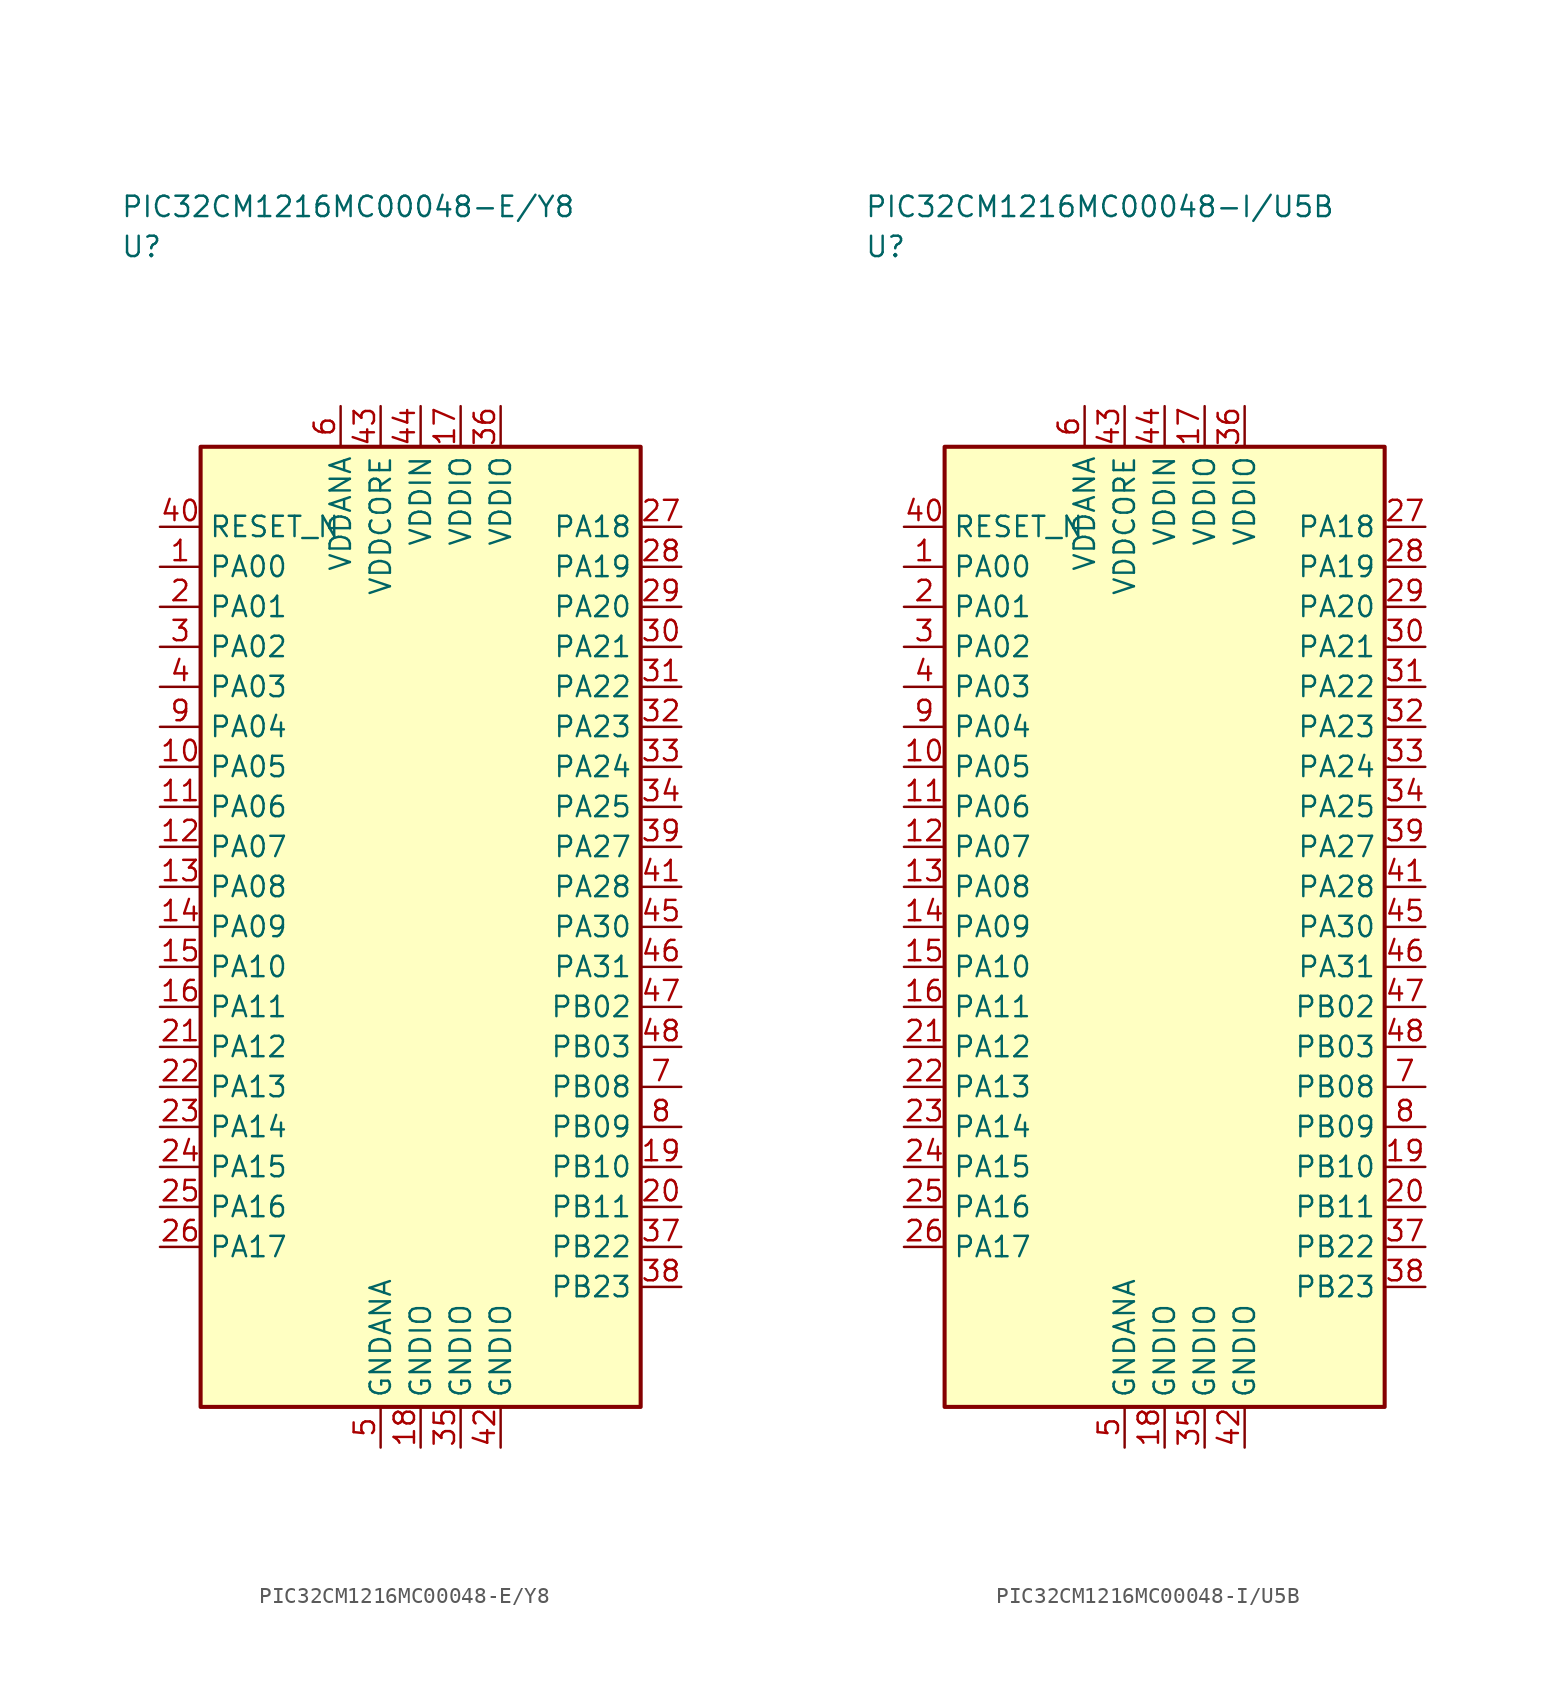
<source format=kicad_sym>
(kicad_symbol_lib
  (version 20241025)
  (generator "kicad_symbol_editor")
  (generator_version "8.0")
  (symbol "PIC32CM1216MC00048-E/Y8"
    (property "Reference" "U"
      (at -18.75 42.5 0)
      (effects (font (size 1.27 1.27)) (justify left)))
    (property "Value" "PIC32CM1216MC00048-E/Y8"
      (at -18.75 45.0 0)
      (effects (font (size 1.27 1.27)) (justify left)))
    (symbol "PIC32CM1216MC00048-E/Y8_0_1"
      (rectangle (start -13.75 30.0) (end 13.75 -30.0) (stroke (width 0.254) (type default)) (fill (type background))))
    (symbol "PIC32CM1216MC00048-E/Y8_1_1"
      (pin bidirectional line (at -16.29 22.5 0.0) (length 2.54) (name "PA00" (effects (font (size 1.27 1.27)))) (number "1" (effects (font (size 1.27 1.27)))))
      (pin bidirectional line (at -16.29 20.0 0.0) (length 2.54) (name "PA01" (effects (font (size 1.27 1.27)))) (number "2" (effects (font (size 1.27 1.27)))))
      (pin bidirectional line (at -16.29 17.5 0.0) (length 2.54) (name "PA02" (effects (font (size 1.27 1.27)))) (number "3" (effects (font (size 1.27 1.27)))))
      (pin bidirectional line (at -16.29 15.0 0.0) (length 2.54) (name "PA03" (effects (font (size 1.27 1.27)))) (number "4" (effects (font (size 1.27 1.27)))))
      (pin passive line (at -2.5 -32.54 90.0) (length 2.54) (name "GNDANA" (effects (font (size 1.27 1.27)))) (number "5" (effects (font (size 1.27 1.27)))))
      (pin power_in line (at -5.0 32.54 270.0) (length 2.54) (name "VDDANA" (effects (font (size 1.27 1.27)))) (number "6" (effects (font (size 1.27 1.27)))))
      (pin bidirectional line (at 16.29 -10.0 180.0) (length 2.54) (name "PB08" (effects (font (size 1.27 1.27)))) (number "7" (effects (font (size 1.27 1.27)))))
      (pin bidirectional line (at 16.29 -12.5 180.0) (length 2.54) (name "PB09" (effects (font (size 1.27 1.27)))) (number "8" (effects (font (size 1.27 1.27)))))
      (pin bidirectional line (at -16.29 12.5 0.0) (length 2.54) (name "PA04" (effects (font (size 1.27 1.27)))) (number "9" (effects (font (size 1.27 1.27)))))
      (pin bidirectional line (at -16.29 10.0 0.0) (length 2.54) (name "PA05" (effects (font (size 1.27 1.27)))) (number "10" (effects (font (size 1.27 1.27)))))
      (pin bidirectional line (at -16.29 7.5 0.0) (length 2.54) (name "PA06" (effects (font (size 1.27 1.27)))) (number "11" (effects (font (size 1.27 1.27)))))
      (pin bidirectional line (at -16.29 5.0 0.0) (length 2.54) (name "PA07" (effects (font (size 1.27 1.27)))) (number "12" (effects (font (size 1.27 1.27)))))
      (pin bidirectional line (at -16.29 2.5 0.0) (length 2.54) (name "PA08" (effects (font (size 1.27 1.27)))) (number "13" (effects (font (size 1.27 1.27)))))
      (pin bidirectional line (at -16.29 0.0 0.0) (length 2.54) (name "PA09" (effects (font (size 1.27 1.27)))) (number "14" (effects (font (size 1.27 1.27)))))
      (pin bidirectional line (at -16.29 -2.5 0.0) (length 2.54) (name "PA10" (effects (font (size 1.27 1.27)))) (number "15" (effects (font (size 1.27 1.27)))))
      (pin bidirectional line (at -16.29 -5.0 0.0) (length 2.54) (name "PA11" (effects (font (size 1.27 1.27)))) (number "16" (effects (font (size 1.27 1.27)))))
      (pin power_in line (at 2.5 32.54 270.0) (length 2.54) (name "VDDIO" (effects (font (size 1.27 1.27)))) (number "17" (effects (font (size 1.27 1.27)))))
      (pin passive line (at 0.0 -32.54 90.0) (length 2.54) (name "GNDIO" (effects (font (size 1.27 1.27)))) (number "18" (effects (font (size 1.27 1.27)))))
      (pin bidirectional line (at 16.29 -15.0 180.0) (length 2.54) (name "PB10" (effects (font (size 1.27 1.27)))) (number "19" (effects (font (size 1.27 1.27)))))
      (pin bidirectional line (at 16.29 -17.5 180.0) (length 2.54) (name "PB11" (effects (font (size 1.27 1.27)))) (number "20" (effects (font (size 1.27 1.27)))))
      (pin bidirectional line (at -16.29 -7.5 0.0) (length 2.54) (name "PA12" (effects (font (size 1.27 1.27)))) (number "21" (effects (font (size 1.27 1.27)))))
      (pin bidirectional line (at -16.29 -10.0 0.0) (length 2.54) (name "PA13" (effects (font (size 1.27 1.27)))) (number "22" (effects (font (size 1.27 1.27)))))
      (pin bidirectional line (at -16.29 -12.5 0.0) (length 2.54) (name "PA14" (effects (font (size 1.27 1.27)))) (number "23" (effects (font (size 1.27 1.27)))))
      (pin bidirectional line (at -16.29 -15.0 0.0) (length 2.54) (name "PA15" (effects (font (size 1.27 1.27)))) (number "24" (effects (font (size 1.27 1.27)))))
      (pin bidirectional line (at -16.29 -17.5 0.0) (length 2.54) (name "PA16" (effects (font (size 1.27 1.27)))) (number "25" (effects (font (size 1.27 1.27)))))
      (pin bidirectional line (at -16.29 -20.0 0.0) (length 2.54) (name "PA17" (effects (font (size 1.27 1.27)))) (number "26" (effects (font (size 1.27 1.27)))))
      (pin bidirectional line (at 16.29 25.0 180.0) (length 2.54) (name "PA18" (effects (font (size 1.27 1.27)))) (number "27" (effects (font (size 1.27 1.27)))))
      (pin bidirectional line (at 16.29 22.5 180.0) (length 2.54) (name "PA19" (effects (font (size 1.27 1.27)))) (number "28" (effects (font (size 1.27 1.27)))))
      (pin bidirectional line (at 16.29 20.0 180.0) (length 2.54) (name "PA20" (effects (font (size 1.27 1.27)))) (number "29" (effects (font (size 1.27 1.27)))))
      (pin bidirectional line (at 16.29 17.5 180.0) (length 2.54) (name "PA21" (effects (font (size 1.27 1.27)))) (number "30" (effects (font (size 1.27 1.27)))))
      (pin bidirectional line (at 16.29 15.0 180.0) (length 2.54) (name "PA22" (effects (font (size 1.27 1.27)))) (number "31" (effects (font (size 1.27 1.27)))))
      (pin bidirectional line (at 16.29 12.5 180.0) (length 2.54) (name "PA23" (effects (font (size 1.27 1.27)))) (number "32" (effects (font (size 1.27 1.27)))))
      (pin bidirectional line (at 16.29 10.0 180.0) (length 2.54) (name "PA24" (effects (font (size 1.27 1.27)))) (number "33" (effects (font (size 1.27 1.27)))))
      (pin bidirectional line (at 16.29 7.5 180.0) (length 2.54) (name "PA25" (effects (font (size 1.27 1.27)))) (number "34" (effects (font (size 1.27 1.27)))))
      (pin passive line (at 2.5 -32.54 90.0) (length 2.54) (name "GNDIO" (effects (font (size 1.27 1.27)))) (number "35" (effects (font (size 1.27 1.27)))))
      (pin power_in line (at 5.0 32.54 270.0) (length 2.54) (name "VDDIO" (effects (font (size 1.27 1.27)))) (number "36" (effects (font (size 1.27 1.27)))))
      (pin bidirectional line (at 16.29 -20.0 180.0) (length 2.54) (name "PB22" (effects (font (size 1.27 1.27)))) (number "37" (effects (font (size 1.27 1.27)))))
      (pin bidirectional line (at 16.29 -22.5 180.0) (length 2.54) (name "PB23" (effects (font (size 1.27 1.27)))) (number "38" (effects (font (size 1.27 1.27)))))
      (pin bidirectional line (at 16.29 5.0 180.0) (length 2.54) (name "PA27" (effects (font (size 1.27 1.27)))) (number "39" (effects (font (size 1.27 1.27)))))
      (pin input line (at -16.29 25.0 0.0) (length 2.54) (name "RESET_N" (effects (font (size 1.27 1.27)))) (number "40" (effects (font (size 1.27 1.27)))))
      (pin bidirectional line (at 16.29 2.5 180.0) (length 2.54) (name "PA28" (effects (font (size 1.27 1.27)))) (number "41" (effects (font (size 1.27 1.27)))))
      (pin passive line (at 5.0 -32.54 90.0) (length 2.54) (name "GNDIO" (effects (font (size 1.27 1.27)))) (number "42" (effects (font (size 1.27 1.27)))))
      (pin power_in line (at -2.5 32.54 270.0) (length 2.54) (name "VDDCORE" (effects (font (size 1.27 1.27)))) (number "43" (effects (font (size 1.27 1.27)))))
      (pin power_in line (at 0.0 32.54 270.0) (length 2.54) (name "VDDIN" (effects (font (size 1.27 1.27)))) (number "44" (effects (font (size 1.27 1.27)))))
      (pin bidirectional line (at 16.29 0.0 180.0) (length 2.54) (name "PA30" (effects (font (size 1.27 1.27)))) (number "45" (effects (font (size 1.27 1.27)))))
      (pin bidirectional line (at 16.29 -2.5 180.0) (length 2.54) (name "PA31" (effects (font (size 1.27 1.27)))) (number "46" (effects (font (size 1.27 1.27)))))
      (pin bidirectional line (at 16.29 -5.0 180.0) (length 2.54) (name "PB02" (effects (font (size 1.27 1.27)))) (number "47" (effects (font (size 1.27 1.27)))))
      (pin bidirectional line (at 16.29 -7.5 180.0) (length 2.54) (name "PB03" (effects (font (size 1.27 1.27)))) (number "48" (effects (font (size 1.27 1.27)))))))
  (symbol "PIC32CM1216MC00048-I/U5B"
    (property "Reference" "U"
      (at -18.75 42.5 0)
      (effects (font (size 1.27 1.27)) (justify left)))
    (property "Value" "PIC32CM1216MC00048-I/U5B"
      (at -18.75 45.0 0)
      (effects (font (size 1.27 1.27)) (justify left)))
    (symbol "PIC32CM1216MC00048-I/U5B_0_1"
      (rectangle (start -13.75 30.0) (end 13.75 -30.0) (stroke (width 0.254) (type default)) (fill (type background))))
    (symbol "PIC32CM1216MC00048-I/U5B_1_1"
      (pin bidirectional line (at -16.29 22.5 0.0) (length 2.54) (name "PA00" (effects (font (size 1.27 1.27)))) (number "1" (effects (font (size 1.27 1.27)))))
      (pin bidirectional line (at -16.29 20.0 0.0) (length 2.54) (name "PA01" (effects (font (size 1.27 1.27)))) (number "2" (effects (font (size 1.27 1.27)))))
      (pin bidirectional line (at -16.29 17.5 0.0) (length 2.54) (name "PA02" (effects (font (size 1.27 1.27)))) (number "3" (effects (font (size 1.27 1.27)))))
      (pin bidirectional line (at -16.29 15.0 0.0) (length 2.54) (name "PA03" (effects (font (size 1.27 1.27)))) (number "4" (effects (font (size 1.27 1.27)))))
      (pin passive line (at -2.5 -32.54 90.0) (length 2.54) (name "GNDANA" (effects (font (size 1.27 1.27)))) (number "5" (effects (font (size 1.27 1.27)))))
      (pin power_in line (at -5.0 32.54 270.0) (length 2.54) (name "VDDANA" (effects (font (size 1.27 1.27)))) (number "6" (effects (font (size 1.27 1.27)))))
      (pin bidirectional line (at 16.29 -10.0 180.0) (length 2.54) (name "PB08" (effects (font (size 1.27 1.27)))) (number "7" (effects (font (size 1.27 1.27)))))
      (pin bidirectional line (at 16.29 -12.5 180.0) (length 2.54) (name "PB09" (effects (font (size 1.27 1.27)))) (number "8" (effects (font (size 1.27 1.27)))))
      (pin bidirectional line (at -16.29 12.5 0.0) (length 2.54) (name "PA04" (effects (font (size 1.27 1.27)))) (number "9" (effects (font (size 1.27 1.27)))))
      (pin bidirectional line (at -16.29 10.0 0.0) (length 2.54) (name "PA05" (effects (font (size 1.27 1.27)))) (number "10" (effects (font (size 1.27 1.27)))))
      (pin bidirectional line (at -16.29 7.5 0.0) (length 2.54) (name "PA06" (effects (font (size 1.27 1.27)))) (number "11" (effects (font (size 1.27 1.27)))))
      (pin bidirectional line (at -16.29 5.0 0.0) (length 2.54) (name "PA07" (effects (font (size 1.27 1.27)))) (number "12" (effects (font (size 1.27 1.27)))))
      (pin bidirectional line (at -16.29 2.5 0.0) (length 2.54) (name "PA08" (effects (font (size 1.27 1.27)))) (number "13" (effects (font (size 1.27 1.27)))))
      (pin bidirectional line (at -16.29 0.0 0.0) (length 2.54) (name "PA09" (effects (font (size 1.27 1.27)))) (number "14" (effects (font (size 1.27 1.27)))))
      (pin bidirectional line (at -16.29 -2.5 0.0) (length 2.54) (name "PA10" (effects (font (size 1.27 1.27)))) (number "15" (effects (font (size 1.27 1.27)))))
      (pin bidirectional line (at -16.29 -5.0 0.0) (length 2.54) (name "PA11" (effects (font (size 1.27 1.27)))) (number "16" (effects (font (size 1.27 1.27)))))
      (pin power_in line (at 2.5 32.54 270.0) (length 2.54) (name "VDDIO" (effects (font (size 1.27 1.27)))) (number "17" (effects (font (size 1.27 1.27)))))
      (pin passive line (at 0.0 -32.54 90.0) (length 2.54) (name "GNDIO" (effects (font (size 1.27 1.27)))) (number "18" (effects (font (size 1.27 1.27)))))
      (pin bidirectional line (at 16.29 -15.0 180.0) (length 2.54) (name "PB10" (effects (font (size 1.27 1.27)))) (number "19" (effects (font (size 1.27 1.27)))))
      (pin bidirectional line (at 16.29 -17.5 180.0) (length 2.54) (name "PB11" (effects (font (size 1.27 1.27)))) (number "20" (effects (font (size 1.27 1.27)))))
      (pin bidirectional line (at -16.29 -7.5 0.0) (length 2.54) (name "PA12" (effects (font (size 1.27 1.27)))) (number "21" (effects (font (size 1.27 1.27)))))
      (pin bidirectional line (at -16.29 -10.0 0.0) (length 2.54) (name "PA13" (effects (font (size 1.27 1.27)))) (number "22" (effects (font (size 1.27 1.27)))))
      (pin bidirectional line (at -16.29 -12.5 0.0) (length 2.54) (name "PA14" (effects (font (size 1.27 1.27)))) (number "23" (effects (font (size 1.27 1.27)))))
      (pin bidirectional line (at -16.29 -15.0 0.0) (length 2.54) (name "PA15" (effects (font (size 1.27 1.27)))) (number "24" (effects (font (size 1.27 1.27)))))
      (pin bidirectional line (at -16.29 -17.5 0.0) (length 2.54) (name "PA16" (effects (font (size 1.27 1.27)))) (number "25" (effects (font (size 1.27 1.27)))))
      (pin bidirectional line (at -16.29 -20.0 0.0) (length 2.54) (name "PA17" (effects (font (size 1.27 1.27)))) (number "26" (effects (font (size 1.27 1.27)))))
      (pin bidirectional line (at 16.29 25.0 180.0) (length 2.54) (name "PA18" (effects (font (size 1.27 1.27)))) (number "27" (effects (font (size 1.27 1.27)))))
      (pin bidirectional line (at 16.29 22.5 180.0) (length 2.54) (name "PA19" (effects (font (size 1.27 1.27)))) (number "28" (effects (font (size 1.27 1.27)))))
      (pin bidirectional line (at 16.29 20.0 180.0) (length 2.54) (name "PA20" (effects (font (size 1.27 1.27)))) (number "29" (effects (font (size 1.27 1.27)))))
      (pin bidirectional line (at 16.29 17.5 180.0) (length 2.54) (name "PA21" (effects (font (size 1.27 1.27)))) (number "30" (effects (font (size 1.27 1.27)))))
      (pin bidirectional line (at 16.29 15.0 180.0) (length 2.54) (name "PA22" (effects (font (size 1.27 1.27)))) (number "31" (effects (font (size 1.27 1.27)))))
      (pin bidirectional line (at 16.29 12.5 180.0) (length 2.54) (name "PA23" (effects (font (size 1.27 1.27)))) (number "32" (effects (font (size 1.27 1.27)))))
      (pin bidirectional line (at 16.29 10.0 180.0) (length 2.54) (name "PA24" (effects (font (size 1.27 1.27)))) (number "33" (effects (font (size 1.27 1.27)))))
      (pin bidirectional line (at 16.29 7.5 180.0) (length 2.54) (name "PA25" (effects (font (size 1.27 1.27)))) (number "34" (effects (font (size 1.27 1.27)))))
      (pin passive line (at 2.5 -32.54 90.0) (length 2.54) (name "GNDIO" (effects (font (size 1.27 1.27)))) (number "35" (effects (font (size 1.27 1.27)))))
      (pin power_in line (at 5.0 32.54 270.0) (length 2.54) (name "VDDIO" (effects (font (size 1.27 1.27)))) (number "36" (effects (font (size 1.27 1.27)))))
      (pin bidirectional line (at 16.29 -20.0 180.0) (length 2.54) (name "PB22" (effects (font (size 1.27 1.27)))) (number "37" (effects (font (size 1.27 1.27)))))
      (pin bidirectional line (at 16.29 -22.5 180.0) (length 2.54) (name "PB23" (effects (font (size 1.27 1.27)))) (number "38" (effects (font (size 1.27 1.27)))))
      (pin bidirectional line (at 16.29 5.0 180.0) (length 2.54) (name "PA27" (effects (font (size 1.27 1.27)))) (number "39" (effects (font (size 1.27 1.27)))))
      (pin input line (at -16.29 25.0 0.0) (length 2.54) (name "RESET_N" (effects (font (size 1.27 1.27)))) (number "40" (effects (font (size 1.27 1.27)))))
      (pin bidirectional line (at 16.29 2.5 180.0) (length 2.54) (name "PA28" (effects (font (size 1.27 1.27)))) (number "41" (effects (font (size 1.27 1.27)))))
      (pin passive line (at 5.0 -32.54 90.0) (length 2.54) (name "GNDIO" (effects (font (size 1.27 1.27)))) (number "42" (effects (font (size 1.27 1.27)))))
      (pin power_in line (at -2.5 32.54 270.0) (length 2.54) (name "VDDCORE" (effects (font (size 1.27 1.27)))) (number "43" (effects (font (size 1.27 1.27)))))
      (pin power_in line (at 0.0 32.54 270.0) (length 2.54) (name "VDDIN" (effects (font (size 1.27 1.27)))) (number "44" (effects (font (size 1.27 1.27)))))
      (pin bidirectional line (at 16.29 0.0 180.0) (length 2.54) (name "PA30" (effects (font (size 1.27 1.27)))) (number "45" (effects (font (size 1.27 1.27)))))
      (pin bidirectional line (at 16.29 -2.5 180.0) (length 2.54) (name "PA31" (effects (font (size 1.27 1.27)))) (number "46" (effects (font (size 1.27 1.27)))))
      (pin bidirectional line (at 16.29 -5.0 180.0) (length 2.54) (name "PB02" (effects (font (size 1.27 1.27)))) (number "47" (effects (font (size 1.27 1.27)))))
      (pin bidirectional line (at 16.29 -7.5 180.0) (length 2.54) (name "PB03" (effects (font (size 1.27 1.27)))) (number "48" (effects (font (size 1.27 1.27))))))))
</source>
